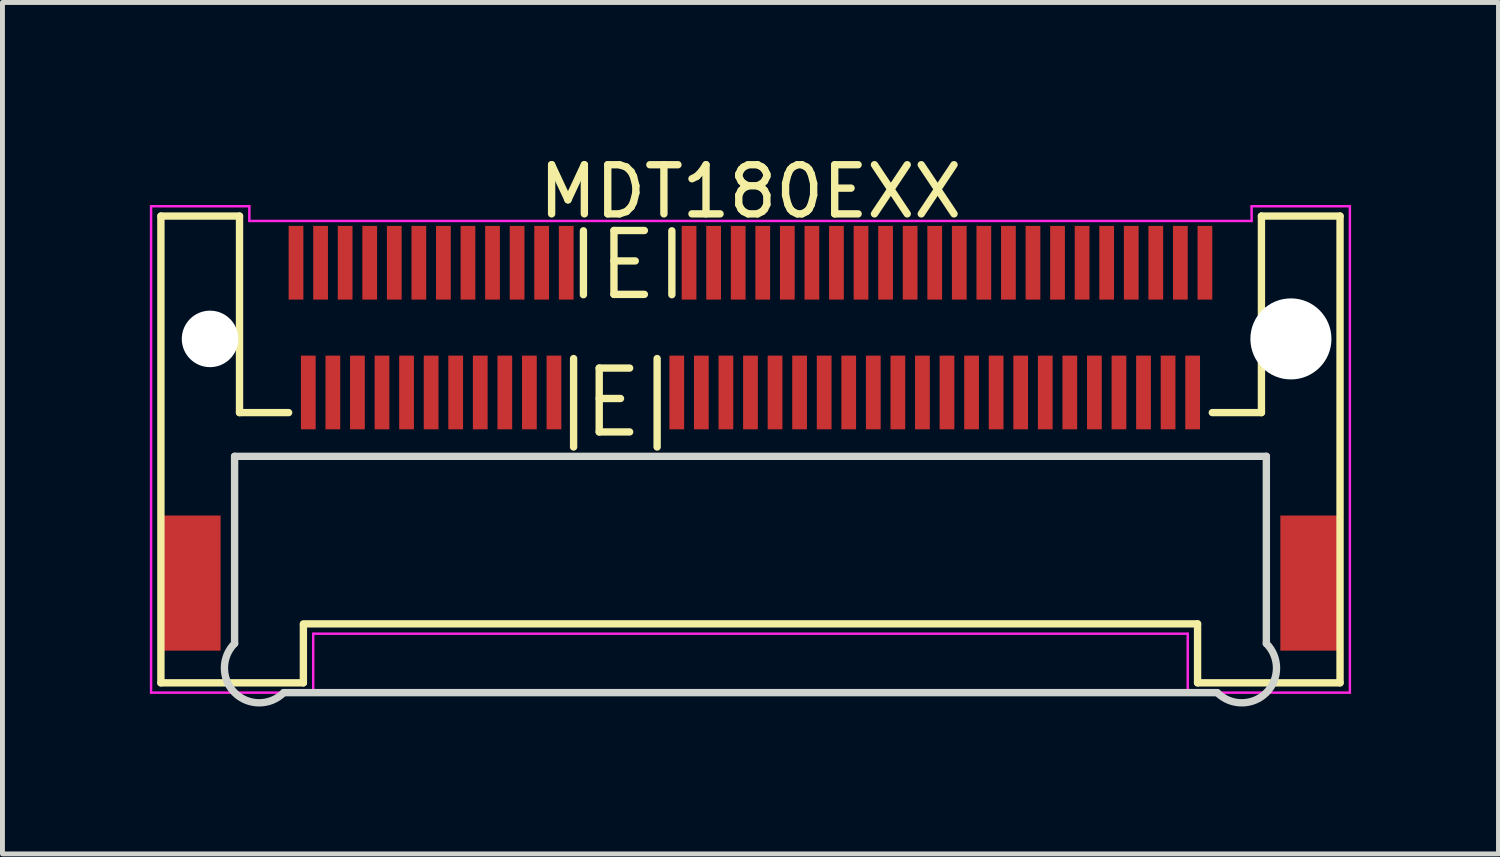
<source format=kicad_pcb>
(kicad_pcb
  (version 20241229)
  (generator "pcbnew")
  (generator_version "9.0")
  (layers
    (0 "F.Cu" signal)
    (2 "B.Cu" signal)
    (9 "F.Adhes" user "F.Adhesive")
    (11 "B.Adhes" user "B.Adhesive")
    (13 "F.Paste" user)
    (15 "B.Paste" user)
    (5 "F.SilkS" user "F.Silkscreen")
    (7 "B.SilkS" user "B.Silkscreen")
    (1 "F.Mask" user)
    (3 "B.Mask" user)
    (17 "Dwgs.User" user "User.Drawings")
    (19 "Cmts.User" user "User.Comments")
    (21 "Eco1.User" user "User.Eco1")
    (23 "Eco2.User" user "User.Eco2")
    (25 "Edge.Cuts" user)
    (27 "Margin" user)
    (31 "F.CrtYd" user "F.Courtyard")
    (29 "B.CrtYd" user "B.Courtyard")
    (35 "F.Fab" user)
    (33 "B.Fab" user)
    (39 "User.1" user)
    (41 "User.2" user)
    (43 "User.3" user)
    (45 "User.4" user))
  (footprint "MDT180EXX"
    (layer "F.Cu")
    (at 12.225 3.848)
    (property "Reference" "MDT180EXX" (at 0 -3 0) (layer "F.SilkS") (effects (font (size 1 1) (thickness 0.15))))
    (attr through_hole)
    (fp_line (start -12 -2.5) (end -12 7) (stroke (width 0.15) (type solid)) (layer "F.SilkS"))
    (fp_line (start -12 -2.5) (end -10.4 -2.5) (stroke (width 0.15) (type solid)) (layer "F.SilkS"))
    (fp_line (start -12 7) (end -9.1 7) (stroke (width 0.15) (type solid)) (layer "F.SilkS"))
    (fp_line (start -10.4 -2.5) (end -10.4 1.5) (stroke (width 0.15) (type solid)) (layer "F.SilkS"))
    (fp_line (start -9.4 1.5) (end -10.4 1.5) (stroke (width 0.15) (type solid)) (layer "F.SilkS"))
    (fp_line (start -9.1 5.8) (end 9.1 5.8) (stroke (width 0.15) (type solid)) (layer "F.SilkS"))
    (fp_line (start -9.1 7) (end -9.1 5.82) (stroke (width 0.15) (type solid)) (layer "F.SilkS"))
    (fp_line (start -3.6 0.4) (end -3.6 2.2) (stroke (width 0.15) (type solid)) (layer "F.SilkS"))
    (fp_line (start -3.4 -2.2) (end -3.4 -0.9) (stroke (width 0.15) (type solid)) (layer "F.SilkS"))
    (fp_line (start -1.9 0.4) (end -1.9 2.2) (stroke (width 0.15) (type solid)) (layer "F.SilkS"))
    (fp_line (start -1.6 -2.2) (end -1.6 -0.9) (stroke (width 0.15) (type solid)) (layer "F.SilkS"))
    (fp_line (start 9.1 7) (end 9.1 5.8) (stroke (width 0.15) (type solid)) (layer "F.SilkS"))
    (fp_line (start 9.1 7) (end 12 7) (stroke (width 0.15) (type solid)) (layer "F.SilkS"))
    (fp_line (start 10.4 -2.5) (end 12 -2.5) (stroke (width 0.15) (type solid)) (layer "F.SilkS"))
    (fp_line (start 10.4 1.5) (end 9.4 1.5) (stroke (width 0.15) (type solid)) (layer "F.SilkS"))
    (fp_line (start 10.4 1.5) (end 10.4 -2.5) (stroke (width 0.15) (type solid)) (layer "F.SilkS"))
    (fp_line (start 12 -2.5) (end 12 7) (stroke (width 0.15) (type solid)) (layer "F.SilkS"))
    (fp_line (start -10.5 2.39) (end -10.5 6.2) (stroke (width 0.15) (type solid)) (layer "Edge.Cuts"))
    (fp_line (start -9.5 7.2) (end 9.5 7.2) (stroke (width 0.15) (type solid)) (layer "Edge.Cuts"))
    (fp_line (start 10.5 2.39) (end -10.5 2.39) (stroke (width 0.15) (type solid)) (layer "Edge.Cuts"))
    (fp_line (start 10.5 6.2) (end 10.5 2.39) (stroke (width 0.15) (type solid)) (layer "Edge.Cuts"))
    (fp_arc (start -9.5 7.2) (mid -10.5 7.2) (end -10.5 6.2) (stroke (width 0.15) (type solid)) (layer "Edge.Cuts"))
    (fp_arc (start 10.5 6.2) (mid 10.5 7.2) (end 9.5 7.2) (stroke (width 0.15) (type solid)) (layer "Edge.Cuts"))
    (fp_line (start -12.2 -2.7) (end -10.2 -2.7) (stroke (width 0.05) (type solid)) (layer "F.CrtYd"))
    (fp_line (start -12.2 7.2) (end -12.2 -2.7) (stroke (width 0.05) (type solid)) (layer "F.CrtYd"))
    (fp_line (start -10.2 -2.7) (end -10.2 -2.4) (stroke (width 0.05) (type solid)) (layer "F.CrtYd"))
    (fp_line (start -10.2 -2.4) (end 10.2 -2.4) (stroke (width 0.05) (type solid)) (layer "F.CrtYd"))
    (fp_line (start -8.9 6) (end -8.9 7.2) (stroke (width 0.05) (type solid)) (layer "F.CrtYd"))
    (fp_line (start -8.9 7.2) (end -12.2 7.2) (stroke (width 0.05) (type solid)) (layer "F.CrtYd"))
    (fp_line (start 8.9 6) (end -8.9 6) (stroke (width 0.05) (type solid)) (layer "F.CrtYd"))
    (fp_line (start 8.9 7.2) (end 8.9 6) (stroke (width 0.05) (type solid)) (layer "F.CrtYd"))
    (fp_line (start 10.2 -2.7) (end 12.2 -2.7) (stroke (width 0.05) (type solid)) (layer "F.CrtYd"))
    (fp_line (start 10.2 -2.4) (end 10.2 -2.7) (stroke (width 0.05) (type solid)) (layer "F.CrtYd"))
    (fp_line (start 12.2 -2.7) (end 12.2 7.2) (stroke (width 0.05) (type solid)) (layer "F.CrtYd"))
    (fp_line (start 12.2 7.2) (end 8.9 7.2) (stroke (width 0.05) (type solid)) (layer "F.CrtYd"))
    (fp_text user "E" (at -2.5 -1.5 0) (layer "F.SilkS") (effects (font (size 1.3 1.3) (thickness 0.15))))
    (fp_text user "E" (at -2.8 1.3 0) (layer "F.SilkS") (effects (font (size 1.3 1.3) (thickness 0.15))))
    (pad "" smd rect (at -11.385 4.97) (size 1.2 2.75) (layers "F.Cu" "F.Mask" "F.Paste"))
    (pad "" np_thru_hole circle (at -11 0) (size 1.15 1.15) (drill 1.15) (layers "*.Cu" "*.Mask"))
    (pad "" np_thru_hole circle (at 11 0) (size 1.65 1.65) (drill 1.65) (layers "*.Cu" "*.Mask"))
    (pad "" smd rect (at 11.385 4.97) (size 1.2 2.75) (layers "F.Cu" "F.Mask" "F.Paste"))
    (pad "1" smd rect (at -9.25 -1.55) (size 0.3 1.5) (layers "F.Cu" "F.Mask" "F.Paste"))
    (pad "2" smd rect (at -9 1.09) (size 0.3 1.5) (layers "F.Cu" "F.Mask" "F.Paste"))
    (pad "3" smd rect (at -8.75 -1.55) (size 0.3 1.5) (layers "F.Cu" "F.Mask" "F.Paste"))
    (pad "4" smd rect (at -8.5 1.09) (size 0.3 1.5) (layers "F.Cu" "F.Mask" "F.Paste"))
    (pad "5" smd rect (at -8.25 -1.55) (size 0.3 1.5) (layers "F.Cu" "F.Mask" "F.Paste"))
    (pad "6" smd rect (at -8 1.09) (size 0.3 1.5) (layers "F.Cu" "F.Mask" "F.Paste"))
    (pad "7" smd rect (at -7.75 -1.55) (size 0.3 1.5) (layers "F.Cu" "F.Mask" "F.Paste"))
    (pad "8" smd rect (at -7.5 1.09) (size 0.3 1.5) (layers "F.Cu" "F.Mask" "F.Paste"))
    (pad "9" smd rect (at -7.25 -1.55) (size 0.3 1.5) (layers "F.Cu" "F.Mask" "F.Paste"))
    (pad "10" smd rect (at -7 1.09) (size 0.3 1.5) (layers "F.Cu" "F.Mask" "F.Paste"))
    (pad "11" smd rect (at -6.75 -1.55) (size 0.3 1.5) (layers "F.Cu" "F.Mask" "F.Paste"))
    (pad "12" smd rect (at -6.5 1.09) (size 0.3 1.5) (layers "F.Cu" "F.Mask" "F.Paste"))
    (pad "13" smd rect (at -6.25 -1.55) (size 0.3 1.5) (layers "F.Cu" "F.Mask" "F.Paste"))
    (pad "14" smd rect (at -6 1.09) (size 0.3 1.5) (layers "F.Cu" "F.Mask" "F.Paste"))
    (pad "15" smd rect (at -5.75 -1.55) (size 0.3 1.5) (layers "F.Cu" "F.Mask" "F.Paste"))
    (pad "16" smd rect (at -5.5 1.09) (size 0.3 1.5) (layers "F.Cu" "F.Mask" "F.Paste"))
    (pad "17" smd rect (at -5.25 -1.55) (size 0.3 1.5) (layers "F.Cu" "F.Mask" "F.Paste"))
    (pad "18" smd rect (at -5 1.09) (size 0.3 1.5) (layers "F.Cu" "F.Mask" "F.Paste"))
    (pad "19" smd rect (at -4.75 -1.55) (size 0.3 1.5) (layers "F.Cu" "F.Mask" "F.Paste"))
    (pad "20" smd rect (at -4.5 1.09) (size 0.3 1.5) (layers "F.Cu" "F.Mask" "F.Paste"))
    (pad "21" smd rect (at -4.25 -1.55) (size 0.3 1.5) (layers "F.Cu" "F.Mask" "F.Paste"))
    (pad "22" smd rect (at -4 1.09) (size 0.3 1.5) (layers "F.Cu" "F.Mask" "F.Paste"))
    (pad "23" smd rect (at -3.75 -1.55) (size 0.3 1.5) (layers "F.Cu" "F.Mask" "F.Paste"))
    (pad "32" smd rect (at -1.5 1.09) (size 0.3 1.5) (layers "F.Cu" "F.Mask" "F.Paste"))
    (pad "33" smd rect (at -1.25 -1.55) (size 0.3 1.5) (layers "F.Cu" "F.Mask" "F.Paste"))
    (pad "34" smd rect (at -1 1.09) (size 0.3 1.5) (layers "F.Cu" "F.Mask" "F.Paste"))
    (pad "35" smd rect (at -0.75 -1.55) (size 0.3 1.5) (layers "F.Cu" "F.Mask" "F.Paste"))
    (pad "36" smd rect (at -0.5 1.09) (size 0.3 1.5) (layers "F.Cu" "F.Mask" "F.Paste"))
    (pad "37" smd rect (at -0.25 -1.55) (size 0.3 1.5) (layers "F.Cu" "F.Mask" "F.Paste"))
    (pad "38" smd rect (at 0 1.09) (size 0.3 1.5) (layers "F.Cu" "F.Mask" "F.Paste"))
    (pad "39" smd rect (at 0.25 -1.55) (size 0.3 1.5) (layers "F.Cu" "F.Mask" "F.Paste"))
    (pad "40" smd rect (at 0.5 1.09) (size 0.3 1.5) (layers "F.Cu" "F.Mask" "F.Paste"))
    (pad "41" smd rect (at 0.75 -1.55) (size 0.3 1.5) (layers "F.Cu" "F.Mask" "F.Paste"))
    (pad "42" smd rect (at 1 1.09) (size 0.3 1.5) (layers "F.Cu" "F.Mask" "F.Paste"))
    (pad "43" smd rect (at 1.25 -1.55) (size 0.3 1.5) (layers "F.Cu" "F.Mask" "F.Paste"))
    (pad "44" smd rect (at 1.5 1.09) (size 0.3 1.5) (layers "F.Cu" "F.Mask" "F.Paste"))
    (pad "45" smd rect (at 1.75 -1.55) (size 0.3 1.5) (layers "F.Cu" "F.Mask" "F.Paste"))
    (pad "46" smd rect (at 2 1.09) (size 0.3 1.5) (layers "F.Cu" "F.Mask" "F.Paste"))
    (pad "47" smd rect (at 2.25 -1.55) (size 0.3 1.5) (layers "F.Cu" "F.Mask" "F.Paste"))
    (pad "48" smd rect (at 2.5 1.09) (size 0.3 1.5) (layers "F.Cu" "F.Mask" "F.Paste"))
    (pad "49" smd rect (at 2.75 -1.55) (size 0.3 1.5) (layers "F.Cu" "F.Mask" "F.Paste"))
    (pad "50" smd rect (at 3 1.09) (size 0.3 1.5) (layers "F.Cu" "F.Mask" "F.Paste"))
    (pad "51" smd rect (at 3.25 -1.55) (size 0.3 1.5) (layers "F.Cu" "F.Mask" "F.Paste"))
    (pad "52" smd rect (at 3.5 1.09) (size 0.3 1.5) (layers "F.Cu" "F.Mask" "F.Paste"))
    (pad "53" smd rect (at 3.75 -1.55) (size 0.3 1.5) (layers "F.Cu" "F.Mask" "F.Paste"))
    (pad "54" smd rect (at 4 1.09) (size 0.3 1.5) (layers "F.Cu" "F.Mask" "F.Paste"))
    (pad "55" smd rect (at 4.25 -1.55) (size 0.3 1.5) (layers "F.Cu" "F.Mask" "F.Paste"))
    (pad "56" smd rect (at 4.5 1.09) (size 0.3 1.5) (layers "F.Cu" "F.Mask" "F.Paste"))
    (pad "57" smd rect (at 4.75 -1.55) (size 0.3 1.5) (layers "F.Cu" "F.Mask" "F.Paste"))
    (pad "58" smd rect (at 5 1.09) (size 0.3 1.5) (layers "F.Cu" "F.Mask" "F.Paste"))
    (pad "59" smd rect (at 5.25 -1.55) (size 0.3 1.5) (layers "F.Cu" "F.Mask" "F.Paste"))
    (pad "60" smd rect (at 5.5 1.09) (size 0.3 1.5) (layers "F.Cu" "F.Mask" "F.Paste"))
    (pad "61" smd rect (at 5.75 -1.55) (size 0.3 1.5) (layers "F.Cu" "F.Mask" "F.Paste"))
    (pad "62" smd rect (at 6 1.09) (size 0.3 1.5) (layers "F.Cu" "F.Mask" "F.Paste"))
    (pad "63" smd rect (at 6.25 -1.55) (size 0.3 1.5) (layers "F.Cu" "F.Mask" "F.Paste"))
    (pad "64" smd rect (at 6.5 1.09) (size 0.3 1.5) (layers "F.Cu" "F.Mask" "F.Paste"))
    (pad "65" smd rect (at 6.75 -1.55) (size 0.3 1.5) (layers "F.Cu" "F.Mask" "F.Paste"))
    (pad "66" smd rect (at 7 1.09) (size 0.3 1.5) (layers "F.Cu" "F.Mask" "F.Paste"))
    (pad "67" smd rect (at 7.25 -1.55) (size 0.3 1.5) (layers "F.Cu" "F.Mask" "F.Paste"))
    (pad "68" smd rect (at 7.5 1.09) (size 0.3 1.5) (layers "F.Cu" "F.Mask" "F.Paste"))
    (pad "69" smd rect (at 7.75 -1.55) (size 0.3 1.5) (layers "F.Cu" "F.Mask" "F.Paste"))
    (pad "70" smd rect (at 8 1.09) (size 0.3 1.5) (layers "F.Cu" "F.Mask" "F.Paste"))
    (pad "71" smd rect (at 8.25 -1.55) (size 0.3 1.5) (layers "F.Cu" "F.Mask" "F.Paste"))
    (pad "72" smd rect (at 8.5 1.09) (size 0.3 1.5) (layers "F.Cu" "F.Mask" "F.Paste"))
    (pad "73" smd rect (at 8.75 -1.55) (size 0.3 1.5) (layers "F.Cu" "F.Mask" "F.Paste"))
    (pad "74" smd rect (at 9 1.09) (size 0.3 1.5) (layers "F.Cu" "F.Mask" "F.Paste"))
    (pad "75" smd rect (at 9.25 -1.55) (size 0.3 1.5) (layers "F.Cu" "F.Mask" "F.Paste")))
  (gr_rect
    (start -3 -3)
    (end 27.45 14.33)
    (stroke (width 0.1) (type default))
    (fill no)
    (layer "Edge.Cuts")))
</source>
